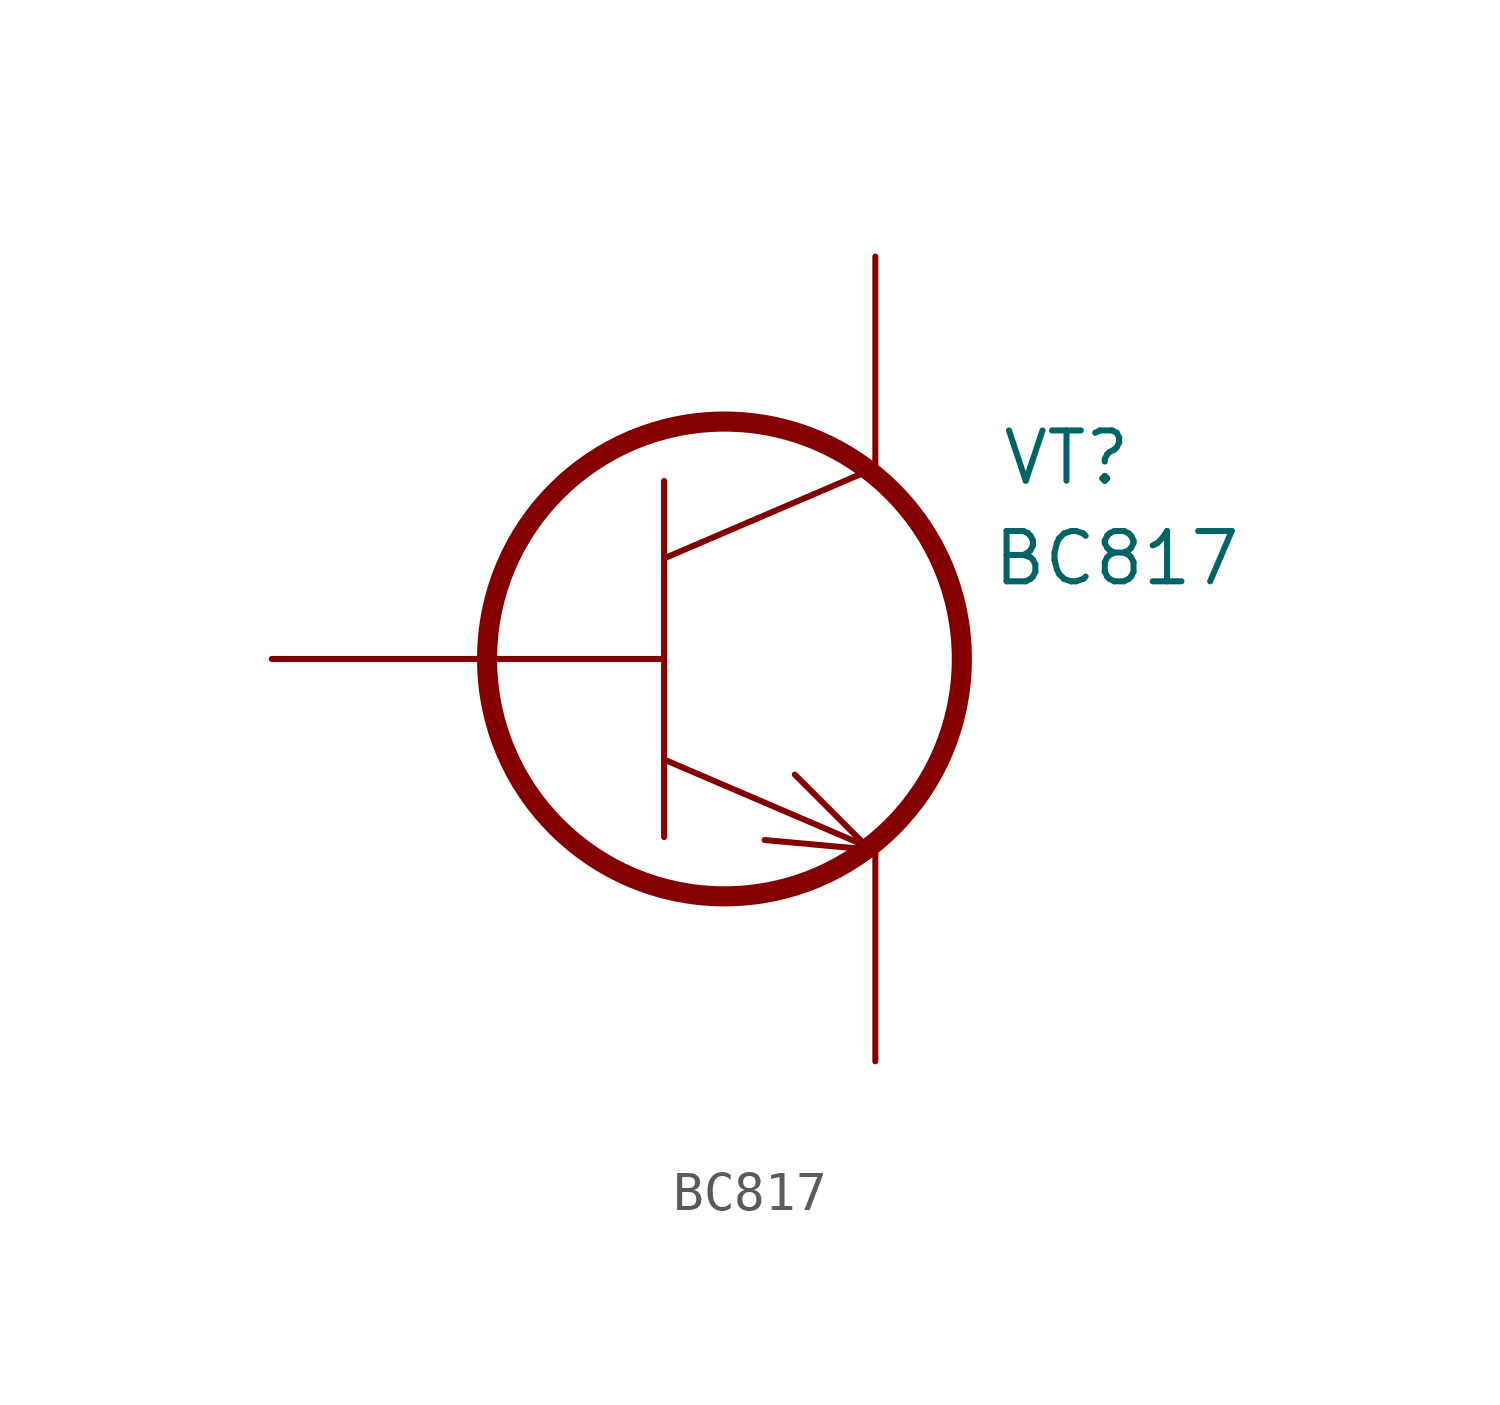
<source format=kicad_sym>
(kicad_symbol_lib
  (version 20211014)
  (generator kicad_symbol_editor)
  (symbol "BC817"
    (pin_numbers hide)
    (pin_names
      (offset 1.016) hide)
    (property "Reference" "VT"
      (at 20.066 5.08 0)
      (effects (font (size 1.27 1.27))))
    (property "Value" "BC817"
      (at 21.336 2.54 0)
      (effects (font (size 1.27 1.27))))
    (symbol "BC817_0_1"
      (polyline (pts (xy 5.08 0) (xy 9.906 0)) (stroke (width 0) (type default) (color 0 0 0 0)) (fill (type none)))
      (polyline (pts (xy 9.906 -2.54) (xy 15.24 -4.826)) (stroke (width 0) (type default) (color 0 0 0 0)) (fill (type none)))
      (polyline (pts (xy 9.906 0) (xy 9.906 -4.496)) (stroke (width 0) (type default) (color 0 0 0 0)) (fill (type none)))
      (polyline (pts (xy 9.906 0) (xy 9.906 4.496)) (stroke (width 0) (type default) (color 0 0 0 0)) (fill (type none)))
      (polyline (pts (xy 9.906 2.54) (xy 15.24 4.826)) (stroke (width 0) (type default) (color 0 0 0 0)) (fill (type none)))
      (polyline (pts (xy 12.446 -4.572) (xy 15.24 -4.826)) (stroke (width 0) (type default) (color 0 0 0 0)) (fill (type none)))
      (polyline (pts (xy 14.986 -4.699) (xy 13.208 -2.921)) (stroke (width 0) (type default) (color 0 0 0 0)) (fill (type none)))
      (circle (center 11.43 0) (radius 5.994) (stroke (width 0.508) (type default) (color 0 0 0 0)) (fill (type none))))
    (symbol "BC817_1_1"
      (pin passive line (at 0 0 0) (length 5.08) (name "1" (effects (font (size 1.27 1.27)))) (number "1" (effects (font (size 1.27 1.27)))))
      (pin passive line (at 15.24 -10.16 90) (length 5.334) (name "2" (effects (font (size 1.27 1.27)))) (number "2" (effects (font (size 1.27 1.27)))))
      (pin passive line (at 15.24 10.16 270) (length 5.334) (name "3" (effects (font (size 1.27 1.27)))) (number "3" (effects (font (size 1.27 1.27))))))))
</source>
